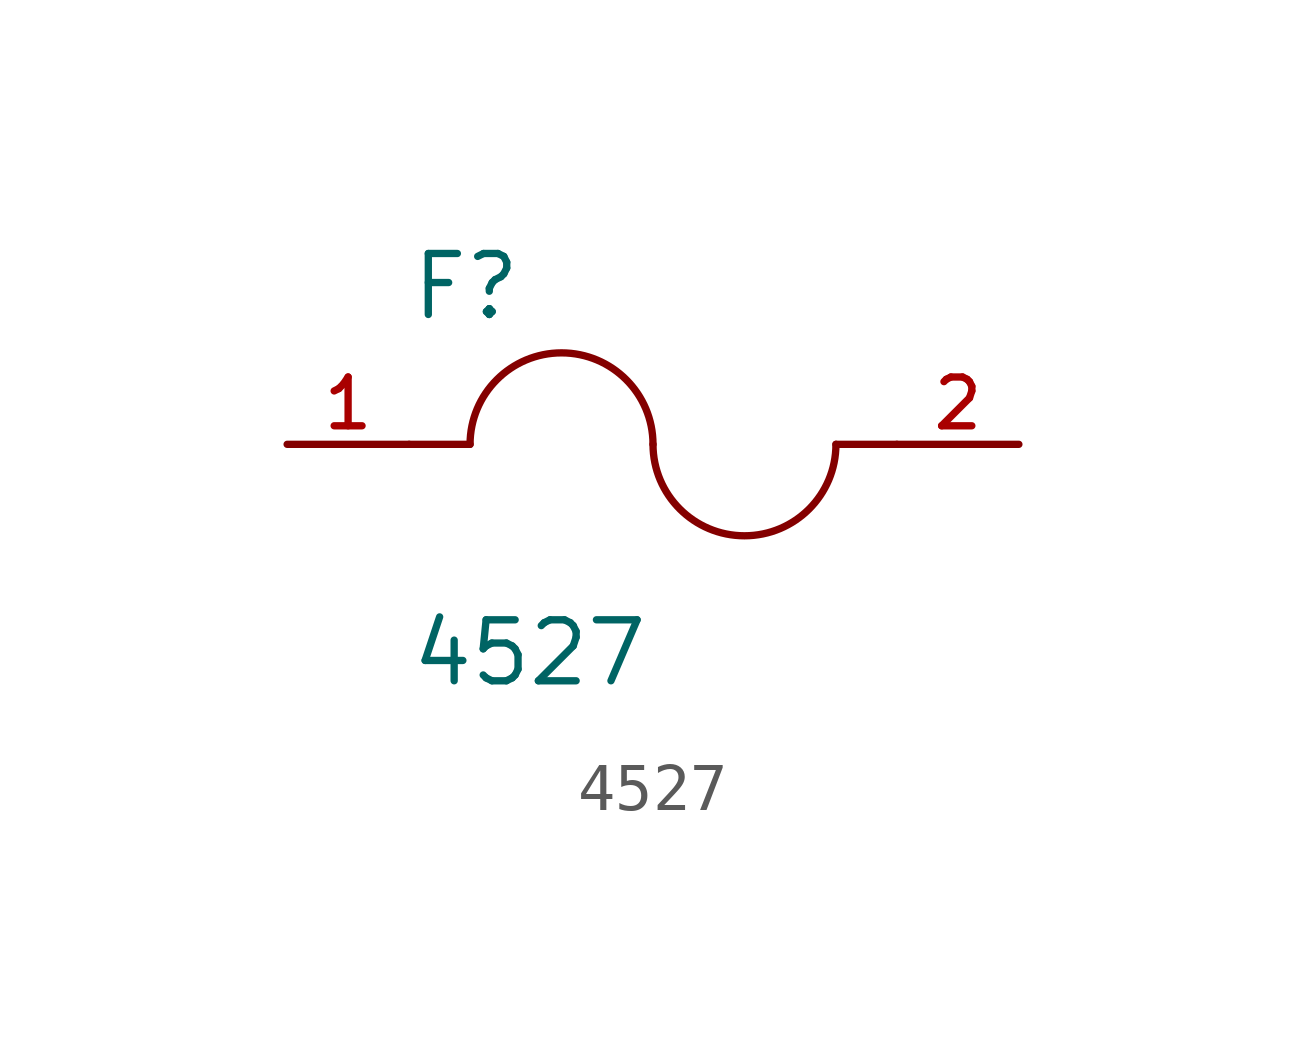
<source format=kicad_sym>
(kicad_symbol_lib
  (version 20211014)
  (generator kicad_symbol_editor)
  (symbol "4527"
    (pin_names
      (offset 1.016))
    (property "Reference" "F"
      (at -5.082 2.541 0)
      (effects (font (size 1.27 1.27)) (justify bottom left)))
    (property "Value" "4527"
      (at -5.088 -5.088 0)
      (effects (font (size 1.27 1.27)) (justify bottom left)))
    (symbol "4527_0_0"
      (arc (start 0.0 0.0) (mid -1.905 1.905) (end -3.81 0.0) (stroke (width 0.1524) (type default) (color 0 0 0 0)) (fill (type none)))
      (arc (start 3.81 0.0) (mid 1.905 -1.905) (end 0.0 0.0) (stroke (width 0.1524) (type default) (color 0 0 0 0)) (fill (type none)))
      (polyline (pts (xy 5.08 0.0) (xy 3.81 0.0)) (stroke (width 0.152)))
      (polyline (pts (xy -5.08 0.0) (xy -3.81 0.0)) (stroke (width 0.152)))
      (pin passive line (at -7.62 0.0 0) (length 2.54) (name "~" (effects (font (size 1.016 1.016)))) (number "1" (effects (font (size 1.016 1.016)))))
      (pin passive line (at 7.62 0.0 180.0) (length 2.54) (name "~" (effects (font (size 1.016 1.016)))) (number "2" (effects (font (size 1.016 1.016))))))))
</source>
